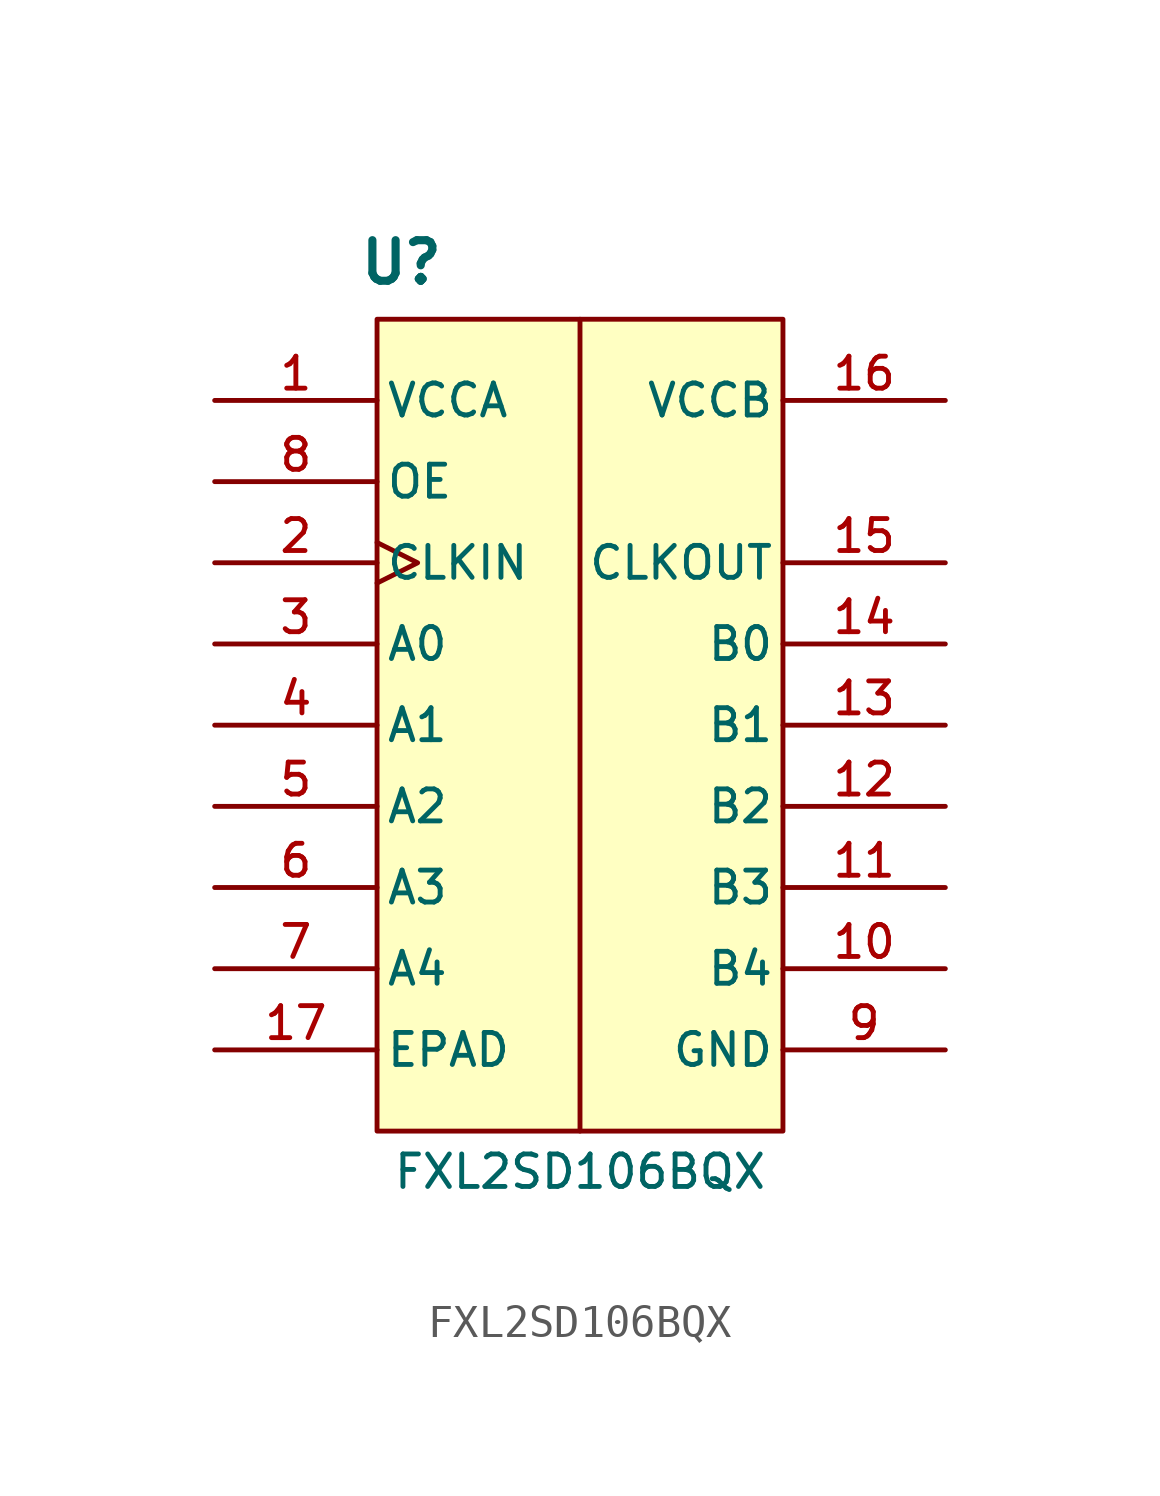
<source format=kicad_sym>
(kicad_symbol_lib
  (version 20241209)
  (generator "kicad_symbol_editor")
  (generator_version "9.0")
  (symbol "FXL2SD106BQX"
    (pin_names
      (offset 0.254))
    (property "Reference" "U"
      (at 0.762 9.398 0)
      (effects (font (size 1.27 1.27) (thickness 0.254) (bold yes))))
    (property "Value" "FXL2SD106BQX"
      (at 6.35 -19.05 0)
      (effects (font (size 1.016 1.016))))
    (property "ki_locked" ""
      (at 0 0 0)
      (effects (font (size 1.27 1.27))))
    (symbol "FXL2SD106BQX_0_1"
      (polyline (pts (xy 6.35 -17.78) (xy 6.35 7.62)) (stroke (width 0) (type default)) (fill (type none)))
      (pin power_in line (at -5.08 5.08 0) (length 5.08) (name "VCCA" (effects (font (size 1 1)))) (number "1" (effects (font (size 1 1)))))
      (pin unspecified line (at -5.08 2.54 0) (length 5.08) (name "OE" (effects (font (size 1 1)))) (number "8" (effects (font (size 1 1)))))
      (pin bidirectional line (at -5.08 -2.54 0) (length 5.08) (name "A0" (effects (font (size 1 1)))) (number "3" (effects (font (size 1 1)))))
      (pin bidirectional line (at -5.08 -5.08 0) (length 5.08) (name "A1" (effects (font (size 1 1)))) (number "4" (effects (font (size 1 1)))))
      (pin bidirectional line (at -5.08 -7.62 0) (length 5.08) (name "A2" (effects (font (size 1 1)))) (number "5" (effects (font (size 1 1)))))
      (pin bidirectional line (at -5.08 -10.16 0) (length 5.08) (name "A3" (effects (font (size 1 1)))) (number "6" (effects (font (size 1 1)))))
      (pin bidirectional line (at -5.08 -12.7 0) (length 5.08) (name "A4" (effects (font (size 1 1)))) (number "7" (effects (font (size 1 1)))))
      (pin unspecified line (at -5.08 -15.24 0) (length 5.08) (name "EPAD" (effects (font (size 1 1)))) (number "17" (effects (font (size 1 1)))))
      (pin power_in line (at 17.78 5.08 180) (length 5.08) (name "VCCB" (effects (font (size 1 1)))) (number "16" (effects (font (size 1 1)))))
      (pin output line (at 17.78 0 180) (length 5.08) (name "CLKOUT" (effects (font (size 1 1)))) (number "15" (effects (font (size 1 1)))))
      (pin bidirectional line (at 17.78 -2.54 180) (length 5.08) (name "B0" (effects (font (size 1 1)))) (number "14" (effects (font (size 1 1)))))
      (pin bidirectional line (at 17.78 -5.08 180) (length 5.08) (name "B1" (effects (font (size 1 1)))) (number "13" (effects (font (size 1 1)))))
      (pin bidirectional line (at 17.78 -7.62 180) (length 5.08) (name "B2" (effects (font (size 1 1)))) (number "12" (effects (font (size 1 1)))))
      (pin bidirectional line (at 17.78 -10.16 180) (length 5.08) (name "B3" (effects (font (size 1 1)))) (number "11" (effects (font (size 1 1)))))
      (pin bidirectional line (at 17.78 -12.7 180) (length 5.08) (name "B4" (effects (font (size 1 1)))) (number "10" (effects (font (size 1 1)))))
      (pin power_out line (at 17.78 -15.24 180) (length 5.08) (name "GND" (effects (font (size 1 1)))) (number "9" (effects (font (size 1 1))))))
    (symbol "FXL2SD106BQX_1_1"
      (rectangle (start 0 7.62) (end 12.7 -17.78) (stroke (width 0) (type solid)) (fill (type background)))
      (pin input clock (at -5.08 0 0) (length 5.08) (name "CLKIN" (effects (font (size 1 1)))) (number "2" (effects (font (size 1 1))))))))
</source>
